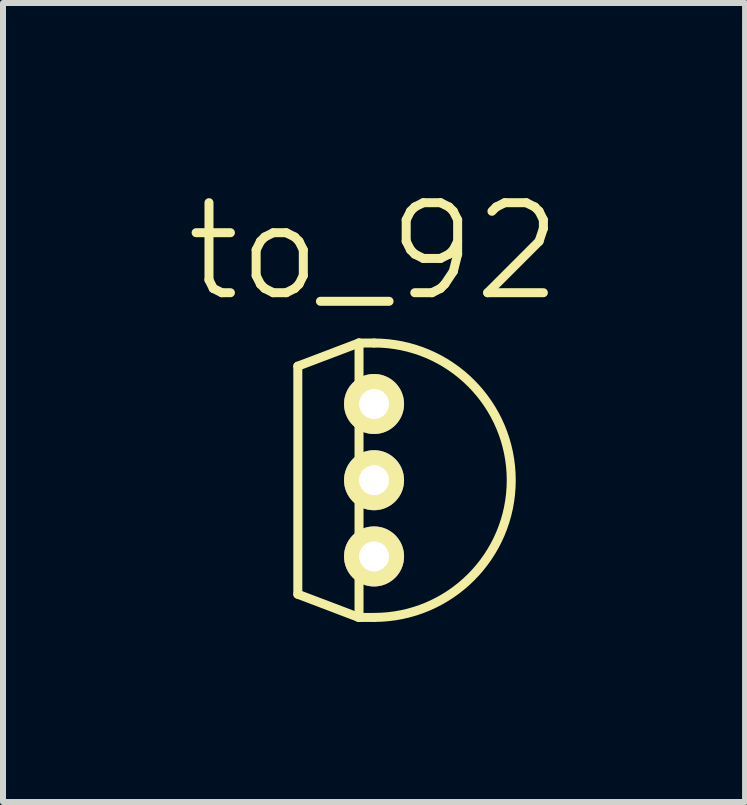
<source format=kicad_pcb>
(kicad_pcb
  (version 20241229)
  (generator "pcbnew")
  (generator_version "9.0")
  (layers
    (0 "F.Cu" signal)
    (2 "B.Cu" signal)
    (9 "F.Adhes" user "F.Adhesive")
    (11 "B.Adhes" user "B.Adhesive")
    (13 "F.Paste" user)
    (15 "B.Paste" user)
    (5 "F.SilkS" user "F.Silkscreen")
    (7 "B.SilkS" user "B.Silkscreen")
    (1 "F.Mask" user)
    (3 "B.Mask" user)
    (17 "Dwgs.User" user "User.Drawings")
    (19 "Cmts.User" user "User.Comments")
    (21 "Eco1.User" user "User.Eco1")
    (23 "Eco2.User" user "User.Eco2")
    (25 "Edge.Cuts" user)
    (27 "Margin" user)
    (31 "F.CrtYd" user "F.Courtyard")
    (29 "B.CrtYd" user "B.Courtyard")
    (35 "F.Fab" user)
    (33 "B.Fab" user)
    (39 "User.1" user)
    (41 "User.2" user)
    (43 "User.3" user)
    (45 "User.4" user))
  (footprint "to_92"
    (layer "F.Cu")
    (at 3.182 4.951)
    (property "Reference" "to_92" (at 0 -3.81 0) (layer "F.SilkS") (effects (font (size 1.5 1.5) (thickness 0.15))))
    (attr through_hole)
    (fp_line (start -1.27 1.9) (end -1.27 -1.9) (stroke (width 0.15) (type solid)) (layer "F.SilkS"))
    (fp_line (start -0.254 -2.286) (end -1.27 -1.9) (stroke (width 0.15) (type solid)) (layer "F.SilkS"))
    (fp_line (start -0.254 -2.286) (end 0 -2.286) (stroke (width 0.15) (type solid)) (layer "F.SilkS"))
    (fp_line (start -0.254 2.286) (end -1.27 1.9) (stroke (width 0.15) (type solid)) (layer "F.SilkS"))
    (fp_line (start -0.25 -2.286) (end -0.25 2.286) (stroke (width 0.15) (type solid)) (layer "F.SilkS"))
    (fp_line (start 0 2.286) (end -0.254 2.286) (stroke (width 0.15) (type solid)) (layer "F.SilkS"))
    (fp_arc (start 0 -2.286) (mid 2.286 0) (end 0 2.286) (stroke (width 0.15) (type solid)) (layer "F.SilkS"))
    (pad "1" thru_hole circle (at 0 -1.27) (size 1 1) (drill 0.5) (layers "*.Cu" "*.Mask" "F.SilkS"))
    (pad "2" thru_hole circle (at 0 0) (size 1 1) (drill 0.5) (layers "*.Cu" "*.Mask" "F.SilkS"))
    (pad "3" thru_hole circle (at 0 1.27) (size 1 1) (drill 0.5) (layers "*.Cu" "*.Mask" "F.SilkS")))
  (gr_rect
    (start -3 -3)
    (end 9.364 10.312)
    (stroke (width 0.1) (type default))
    (fill no)
    (layer "Edge.Cuts")))
</source>
